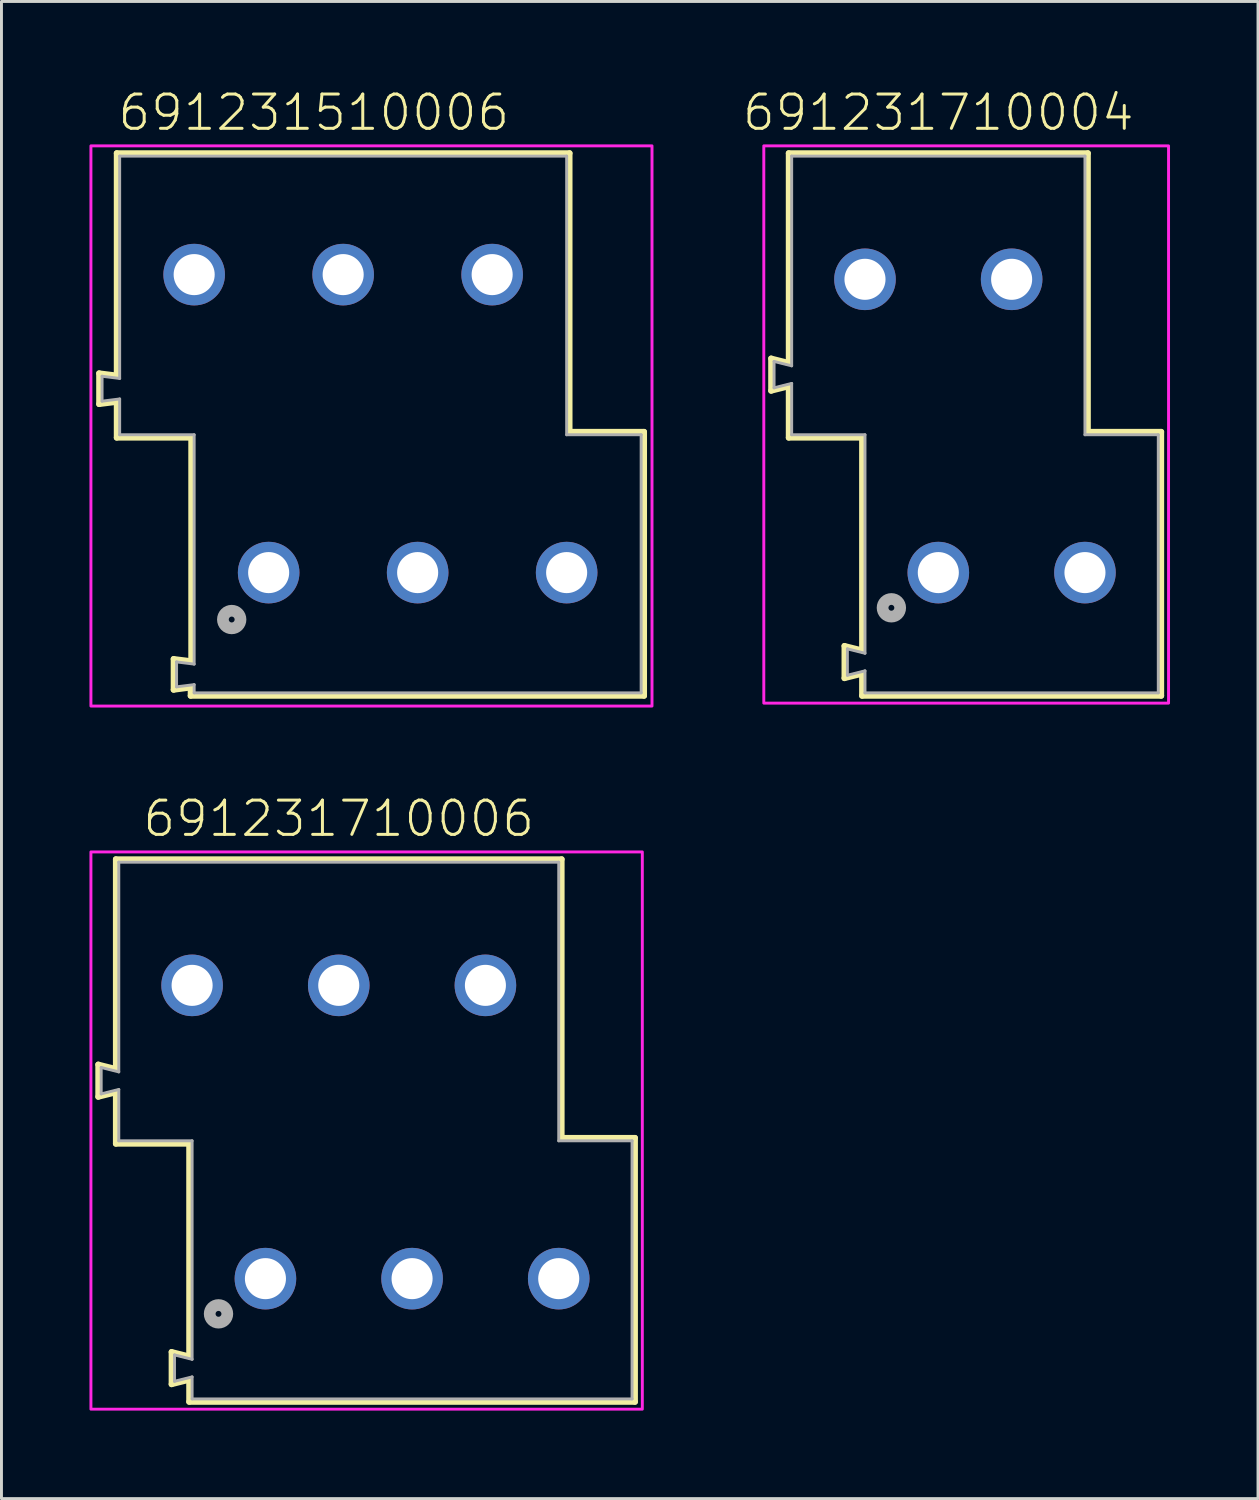
<source format=kicad_pcb>
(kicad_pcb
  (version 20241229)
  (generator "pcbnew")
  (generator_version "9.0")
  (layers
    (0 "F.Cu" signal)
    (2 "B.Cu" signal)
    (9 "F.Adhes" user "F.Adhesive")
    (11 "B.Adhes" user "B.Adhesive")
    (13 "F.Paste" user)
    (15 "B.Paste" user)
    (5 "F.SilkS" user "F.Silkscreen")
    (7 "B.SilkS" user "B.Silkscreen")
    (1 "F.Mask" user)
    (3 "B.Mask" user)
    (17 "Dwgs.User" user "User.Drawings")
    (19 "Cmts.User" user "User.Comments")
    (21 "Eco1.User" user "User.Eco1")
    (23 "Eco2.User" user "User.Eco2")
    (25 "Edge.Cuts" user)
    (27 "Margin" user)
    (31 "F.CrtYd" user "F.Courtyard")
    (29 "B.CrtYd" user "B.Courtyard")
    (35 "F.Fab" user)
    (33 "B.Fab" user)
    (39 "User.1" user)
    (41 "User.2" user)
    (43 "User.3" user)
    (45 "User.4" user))
  (footprint "691231510006"
    (layer "F.Cu")
    (at 11.19 16.473)
    (property "Reference" "691231510006" (at -3.54 -15 0) (unlocked yes) (layer "F.SilkS") (effects (font (size 1.168 1.168) (thickness 0.102)) (justify bottom)))
    (fp_line (start -10.86 -6.795) (end -10.26 -6.72) (stroke (width 0.2) (type solid)) (layer "F.SilkS"))
    (fp_line (start -10.86 -5.745) (end -10.86 -6.795) (stroke (width 0.2) (type solid)) (layer "F.SilkS"))
    (fp_line (start -10.26 -14.3) (end 5.18 -14.3) (stroke (width 0.2) (type solid)) (layer "F.SilkS"))
    (fp_line (start -10.26 -6.72) (end -10.26 -14.3) (stroke (width 0.2) (type solid)) (layer "F.SilkS"))
    (fp_line (start -10.26 -5.82) (end -10.86 -5.745) (stroke (width 0.2) (type solid)) (layer "F.SilkS"))
    (fp_line (start -10.26 -4.6) (end -10.26 -5.82) (stroke (width 0.2) (type solid)) (layer "F.SilkS"))
    (fp_line (start -8.32 2.945) (end -7.72 3.02) (stroke (width 0.2) (type solid)) (layer "F.SilkS"))
    (fp_line (start -8.32 3.995) (end -8.32 2.945) (stroke (width 0.2) (type solid)) (layer "F.SilkS"))
    (fp_line (start -7.74 3.92) (end -8.32 3.995) (stroke (width 0.2) (type solid)) (layer "F.SilkS"))
    (fp_line (start -7.74 4.2) (end -7.74 3.92) (stroke (width 0.2) (type solid)) (layer "F.SilkS"))
    (fp_line (start -7.72 -4.6) (end -10.26 -4.6) (stroke (width 0.2) (type solid)) (layer "F.SilkS"))
    (fp_line (start -7.72 3.02) (end -7.72 -4.6) (stroke (width 0.2) (type solid)) (layer "F.SilkS"))
    (fp_line (start 5.18 -14.3) (end 5.18 -4.8) (stroke (width 0.2) (type solid)) (layer "F.SilkS"))
    (fp_line (start 5.18 -4.8) (end 7.72 -4.8) (stroke (width 0.2) (type solid)) (layer "F.SilkS"))
    (fp_line (start 7.72 -4.8) (end 7.72 4.2) (stroke (width 0.2) (type solid)) (layer "F.SilkS"))
    (fp_line (start 7.72 4.2) (end -7.74 4.2) (stroke (width 0.2) (type solid)) (layer "F.SilkS"))
    (fp_poly (pts (xy 7.99 4.55) (xy -11.14 4.55) (xy -11.14 -14.55) (xy 7.99 -14.55)) (stroke (width 0.1) (type default)) (fill no) (layer "F.CrtYd"))
    (fp_line (start -10.76 -6.695) (end -10.76 -5.845) (stroke (width 0.1) (type solid)) (layer "F.Fab"))
    (fp_line (start -10.76 -6.695) (end -10.16 -6.62) (stroke (width 0.1) (type solid)) (layer "F.Fab"))
    (fp_line (start -10.76 -5.845) (end -10.16 -5.92) (stroke (width 0.1) (type solid)) (layer "F.Fab"))
    (fp_line (start -10.16 -14.2) (end -10.16 -6.62) (stroke (width 0.1) (type solid)) (layer "F.Fab"))
    (fp_line (start -10.16 -5.92) (end -10.16 -4.7) (stroke (width 0.1) (type solid)) (layer "F.Fab"))
    (fp_line (start -10.16 -4.7) (end -7.62 -4.7) (stroke (width 0.1) (type solid)) (layer "F.Fab"))
    (fp_line (start -8.22 3.045) (end -8.22 3.895) (stroke (width 0.1) (type solid)) (layer "F.Fab"))
    (fp_line (start -8.22 3.045) (end -7.62 3.12) (stroke (width 0.1) (type solid)) (layer "F.Fab"))
    (fp_line (start -8.22 3.895) (end -7.62 3.82) (stroke (width 0.1) (type solid)) (layer "F.Fab"))
    (fp_line (start -7.62 -4.7) (end -7.62 3.12) (stroke (width 0.1) (type solid)) (layer "F.Fab"))
    (fp_line (start -7.62 3.82) (end -7.62 4.1) (stroke (width 0.1) (type solid)) (layer "F.Fab"))
    (fp_line (start -7.62 4.1) (end 7.62 4.1) (stroke (width 0.1) (type solid)) (layer "F.Fab"))
    (fp_line (start 5.08 -14.2) (end -10.16 -14.2) (stroke (width 0.1) (type solid)) (layer "F.Fab"))
    (fp_line (start 5.08 -4.7) (end 5.08 -14.2) (stroke (width 0.1) (type solid)) (layer "F.Fab"))
    (fp_line (start 7.62 -4.7) (end 5.08 -4.7) (stroke (width 0.1) (type solid)) (layer "F.Fab"))
    (fp_line (start 7.62 4.1) (end 7.62 -4.7) (stroke (width 0.1) (type solid)) (layer "F.Fab"))
    (fp_circle (center -6.34 1.6) (end -6.24 1.6) (stroke (width 0.4) (type solid)) (fill no) (layer "F.Fab"))
    (pad "1" thru_hole circle (at -5.08 0) (size 2.1 2.1) (drill 1.4) (layers "*.Cu" "*.Mask"))
    (pad "2" thru_hole circle (at 0 0) (size 2.1 2.1) (drill 1.4) (layers "*.Cu" "*.Mask"))
    (pad "3" thru_hole circle (at 5.08 0) (size 2.1 2.1) (drill 1.4) (layers "*.Cu" "*.Mask"))
    (pad "4" thru_hole circle (at -7.62 -10.16) (size 2.1 2.1) (drill 1.4) (layers "*.Cu" "*.Mask"))
    (pad "5" thru_hole circle (at -2.54 -10.16) (size 2.1 2.1) (drill 1.4) (layers "*.Cu" "*.Mask"))
    (pad "6" thru_hole circle (at 2.54 -10.16) (size 2.1 2.1) (drill 1.4) (layers "*.Cu" "*.Mask")))
  (footprint "691231710006"
    (layer "F.Cu")
    (at 11 40.546)
    (property "Reference" "691231710006" (at -2.5 -15 0) (unlocked yes) (layer "F.SilkS") (effects (font (size 1.168 1.168) (thickness 0.102)) (justify bottom)))
    (fp_line (start -10.7 -7.3) (end -10.1 -7.15) (stroke (width 0.2) (type solid)) (layer "F.SilkS"))
    (fp_line (start -10.7 -6.2) (end -10.7 -7.3) (stroke (width 0.2) (type solid)) (layer "F.SilkS"))
    (fp_line (start -10.1 -14.3) (end 5.1 -14.3) (stroke (width 0.2) (type solid)) (layer "F.SilkS"))
    (fp_line (start -10.1 -7.15) (end -10.1 -14.3) (stroke (width 0.2) (type solid)) (layer "F.SilkS"))
    (fp_line (start -10.1 -6.35) (end -10.7 -6.2) (stroke (width 0.2) (type solid)) (layer "F.SilkS"))
    (fp_line (start -10.1 -4.6) (end -10.1 -6.35) (stroke (width 0.2) (type solid)) (layer "F.SilkS"))
    (fp_line (start -8.2 2.5) (end -7.6 2.65) (stroke (width 0.2) (type solid)) (layer "F.SilkS"))
    (fp_line (start -8.2 3.6) (end -8.2 2.5) (stroke (width 0.2) (type solid)) (layer "F.SilkS"))
    (fp_line (start -7.6 -4.6) (end -10.1 -4.6) (stroke (width 0.2) (type solid)) (layer "F.SilkS"))
    (fp_line (start -7.6 2.65) (end -7.6 -4.6) (stroke (width 0.2) (type solid)) (layer "F.SilkS"))
    (fp_line (start -7.6 3.45) (end -8.2 3.6) (stroke (width 0.2) (type solid)) (layer "F.SilkS"))
    (fp_line (start -7.6 4.2) (end -7.6 3.45) (stroke (width 0.2) (type solid)) (layer "F.SilkS"))
    (fp_line (start 5.1 -14.3) (end 5.1 -4.8) (stroke (width 0.2) (type solid)) (layer "F.SilkS"))
    (fp_line (start 5.1 -4.8) (end 7.6 -4.8) (stroke (width 0.2) (type solid)) (layer "F.SilkS"))
    (fp_line (start 7.6 -4.8) (end 7.6 4.2) (stroke (width 0.2) (type solid)) (layer "F.SilkS"))
    (fp_line (start 7.6 4.2) (end -7.6 4.2) (stroke (width 0.2) (type solid)) (layer "F.SilkS"))
    (fp_poly (pts (xy 7.85 4.45) (xy -10.95 4.45) (xy -10.95 -14.55) (xy 7.85 -14.55)) (stroke (width 0.1) (type default)) (fill no) (layer "F.CrtYd"))
    (fp_line (start -10.6 -7.2) (end -10.6 -6.3) (stroke (width 0.1) (type solid)) (layer "F.Fab"))
    (fp_line (start -10 -14.2) (end -10 -7.05) (stroke (width 0.1) (type solid)) (layer "F.Fab"))
    (fp_line (start -10 -7.05) (end -10.6 -7.2) (stroke (width 0.1) (type solid)) (layer "F.Fab"))
    (fp_line (start -10 -6.45) (end -10.6 -6.3) (stroke (width 0.1) (type solid)) (layer "F.Fab"))
    (fp_line (start -10 -6.45) (end -10 -4.7) (stroke (width 0.1) (type solid)) (layer "F.Fab"))
    (fp_line (start -10 -4.7) (end -7.5 -4.7) (stroke (width 0.1) (type solid)) (layer "F.Fab"))
    (fp_line (start -8.1 2.6) (end -7.5 2.75) (stroke (width 0.1) (type solid)) (layer "F.Fab"))
    (fp_line (start -8.1 3.5) (end -8.1 2.6) (stroke (width 0.1) (type solid)) (layer "F.Fab"))
    (fp_line (start -7.5 -4.7) (end -7.5 2.75) (stroke (width 0.1) (type solid)) (layer "F.Fab"))
    (fp_line (start -7.5 3.35) (end -8.1 3.5) (stroke (width 0.1) (type solid)) (layer "F.Fab"))
    (fp_line (start -7.5 3.35) (end -7.5 4.1) (stroke (width 0.1) (type solid)) (layer "F.Fab"))
    (fp_line (start -7.5 4.1) (end 7.5 4.1) (stroke (width 0.1) (type solid)) (layer "F.Fab"))
    (fp_line (start 5 -14.2) (end -10 -14.2) (stroke (width 0.1) (type solid)) (layer "F.Fab"))
    (fp_line (start 5 -4.7) (end 5 -14.2) (stroke (width 0.1) (type solid)) (layer "F.Fab"))
    (fp_line (start 7.5 -4.7) (end 5 -4.7) (stroke (width 0.1) (type solid)) (layer "F.Fab"))
    (fp_line (start 7.5 4.1) (end 7.5 -4.7) (stroke (width 0.1) (type solid)) (layer "F.Fab"))
    (fp_circle (center -6.6 1.2) (end -6.5 1.2) (stroke (width 0.4) (type solid)) (fill no) (layer "F.Fab"))
    (pad "1" thru_hole circle (at -5 0) (size 2.1 2.1) (drill 1.4) (layers "*.Cu" "*.Mask"))
    (pad "2" thru_hole circle (at 0 0) (size 2.1 2.1) (drill 1.4) (layers "*.Cu" "*.Mask"))
    (pad "3" thru_hole circle (at 5 0) (size 2.1 2.1) (drill 1.4) (layers "*.Cu" "*.Mask"))
    (pad "4" thru_hole circle (at -7.5 -10) (size 2.1 2.1) (drill 1.4) (layers "*.Cu" "*.Mask"))
    (pad "5" thru_hole circle (at -2.5 -10) (size 2.1 2.1) (drill 1.4) (layers "*.Cu" "*.Mask"))
    (pad "6" thru_hole circle (at 2.5 -10) (size 2.1 2.1) (drill 1.4) (layers "*.Cu" "*.Mask")))
  (footprint "691231710004"
    (layer "F.Cu")
    (at 31.442 16.473)
    (property "Reference" "691231710004" (at -2.5 -15 0) (unlocked yes) (layer "F.SilkS") (effects (font (size 1.168 1.168) (thickness 0.102)) (justify bottom)))
    (fp_line (start -8.2 -7.3) (end -7.6 -7.15) (stroke (width 0.2) (type solid)) (layer "F.SilkS"))
    (fp_line (start -8.2 -6.2) (end -8.2 -7.3) (stroke (width 0.2) (type solid)) (layer "F.SilkS"))
    (fp_line (start -7.6 -14.3) (end 2.6 -14.3) (stroke (width 0.2) (type solid)) (layer "F.SilkS"))
    (fp_line (start -7.6 -7.15) (end -7.6 -14.3) (stroke (width 0.2) (type solid)) (layer "F.SilkS"))
    (fp_line (start -7.6 -6.35) (end -8.2 -6.2) (stroke (width 0.2) (type solid)) (layer "F.SilkS"))
    (fp_line (start -7.6 -4.6) (end -7.6 -6.35) (stroke (width 0.2) (type solid)) (layer "F.SilkS"))
    (fp_line (start -5.7 2.5) (end -5.1 2.65) (stroke (width 0.2) (type solid)) (layer "F.SilkS"))
    (fp_line (start -5.7 3.6) (end -5.7 2.5) (stroke (width 0.2) (type solid)) (layer "F.SilkS"))
    (fp_line (start -5.1 -4.6) (end -7.6 -4.6) (stroke (width 0.2) (type solid)) (layer "F.SilkS"))
    (fp_line (start -5.1 2.65) (end -5.1 -4.6) (stroke (width 0.2) (type solid)) (layer "F.SilkS"))
    (fp_line (start -5.1 3.45) (end -5.7 3.6) (stroke (width 0.2) (type solid)) (layer "F.SilkS"))
    (fp_line (start -5.1 4.2) (end -5.1 3.45) (stroke (width 0.2) (type solid)) (layer "F.SilkS"))
    (fp_line (start 2.6 -14.3) (end 2.6 -4.8) (stroke (width 0.2) (type solid)) (layer "F.SilkS"))
    (fp_line (start 2.6 -4.8) (end 5.1 -4.8) (stroke (width 0.2) (type solid)) (layer "F.SilkS"))
    (fp_line (start 5.1 -4.8) (end 5.1 4.2) (stroke (width 0.2) (type solid)) (layer "F.SilkS"))
    (fp_line (start 5.1 4.2) (end -5.1 4.2) (stroke (width 0.2) (type solid)) (layer "F.SilkS"))
    (fp_poly (pts (xy 5.35 4.45) (xy -8.45 4.45) (xy -8.45 -14.55) (xy 5.35 -14.55)) (stroke (width 0.1) (type default)) (fill no) (layer "F.CrtYd"))
    (fp_line (start -8.1 -7.2) (end -8.1 -6.3) (stroke (width 0.1) (type solid)) (layer "F.Fab"))
    (fp_line (start -7.5 -14.2) (end -7.5 -7.05) (stroke (width 0.1) (type solid)) (layer "F.Fab"))
    (fp_line (start -7.5 -7.05) (end -8.1 -7.2) (stroke (width 0.1) (type solid)) (layer "F.Fab"))
    (fp_line (start -7.5 -6.45) (end -8.1 -6.3) (stroke (width 0.1) (type solid)) (layer "F.Fab"))
    (fp_line (start -7.5 -6.45) (end -7.5 -4.7) (stroke (width 0.1) (type solid)) (layer "F.Fab"))
    (fp_line (start -7.5 -4.7) (end -5 -4.7) (stroke (width 0.1) (type solid)) (layer "F.Fab"))
    (fp_line (start -5.6 2.6) (end -5 2.75) (stroke (width 0.1) (type solid)) (layer "F.Fab"))
    (fp_line (start -5.6 3.5) (end -5.6 2.6) (stroke (width 0.1) (type solid)) (layer "F.Fab"))
    (fp_line (start -5 -4.7) (end -5 2.75) (stroke (width 0.1) (type solid)) (layer "F.Fab"))
    (fp_line (start -5 3.35) (end -5.6 3.5) (stroke (width 0.1) (type solid)) (layer "F.Fab"))
    (fp_line (start -5 3.35) (end -5 4.1) (stroke (width 0.1) (type solid)) (layer "F.Fab"))
    (fp_line (start -5 4.1) (end 5 4.1) (stroke (width 0.1) (type solid)) (layer "F.Fab"))
    (fp_line (start 2.5 -14.2) (end -7.5 -14.2) (stroke (width 0.1) (type solid)) (layer "F.Fab"))
    (fp_line (start 2.5 -4.7) (end 2.5 -14.2) (stroke (width 0.1) (type solid)) (layer "F.Fab"))
    (fp_line (start 5 -4.7) (end 2.5 -4.7) (stroke (width 0.1) (type solid)) (layer "F.Fab"))
    (fp_line (start 5 4.1) (end 5 -4.7) (stroke (width 0.1) (type solid)) (layer "F.Fab"))
    (fp_circle (center -4.1 1.2) (end -4 1.2) (stroke (width 0.4) (type solid)) (fill no) (layer "F.Fab"))
    (pad "1" thru_hole circle (at -2.5 0) (size 2.1 2.1) (drill 1.4) (layers "*.Cu" "*.Mask"))
    (pad "2" thru_hole circle (at 2.5 0) (size 2.1 2.1) (drill 1.4) (layers "*.Cu" "*.Mask"))
    (pad "3" thru_hole circle (at -5 -10) (size 2.1 2.1) (drill 1.4) (layers "*.Cu" "*.Mask"))
    (pad "4" thru_hole circle (at 0 -10) (size 2.1 2.1) (drill 1.4) (layers "*.Cu" "*.Mask")))
  (gr_rect
    (start -3 -3)
    (end 39.842 48.046)
    (stroke (width 0.1) (type default))
    (fill no)
    (layer "Edge.Cuts")))
</source>
